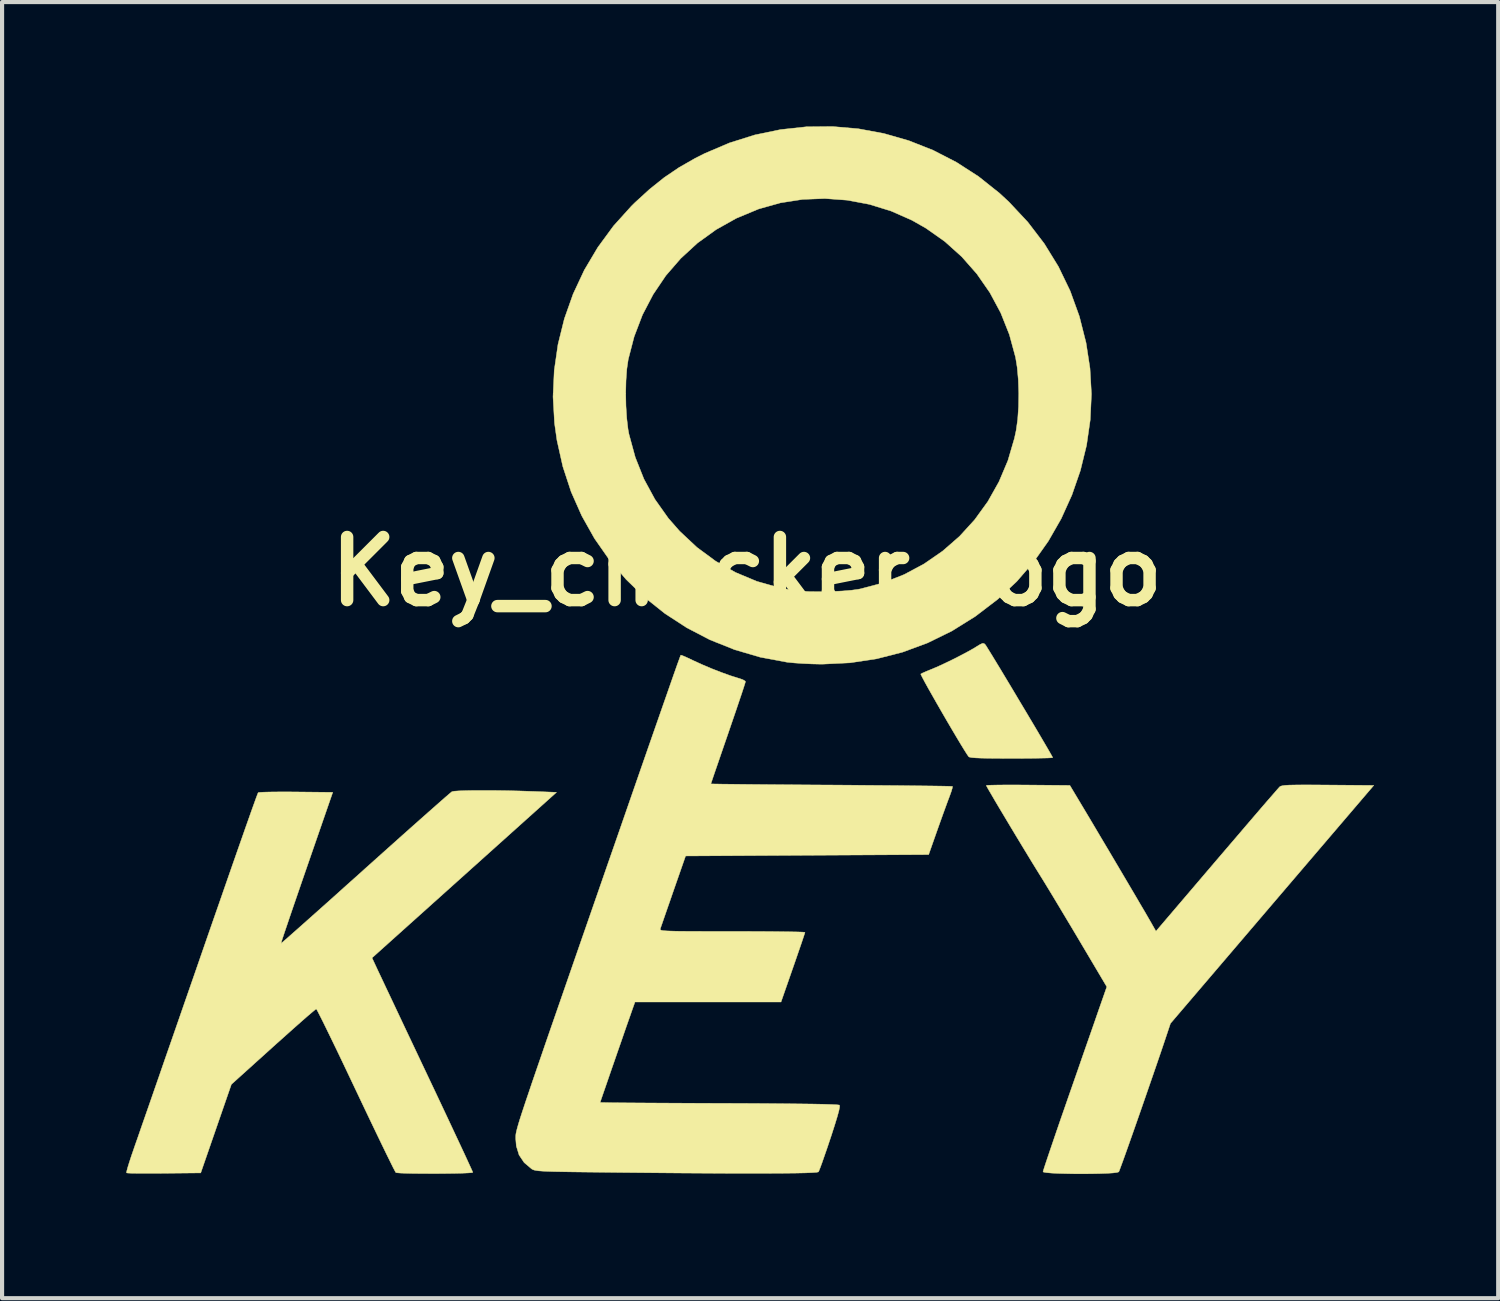
<source format=kicad_pcb>
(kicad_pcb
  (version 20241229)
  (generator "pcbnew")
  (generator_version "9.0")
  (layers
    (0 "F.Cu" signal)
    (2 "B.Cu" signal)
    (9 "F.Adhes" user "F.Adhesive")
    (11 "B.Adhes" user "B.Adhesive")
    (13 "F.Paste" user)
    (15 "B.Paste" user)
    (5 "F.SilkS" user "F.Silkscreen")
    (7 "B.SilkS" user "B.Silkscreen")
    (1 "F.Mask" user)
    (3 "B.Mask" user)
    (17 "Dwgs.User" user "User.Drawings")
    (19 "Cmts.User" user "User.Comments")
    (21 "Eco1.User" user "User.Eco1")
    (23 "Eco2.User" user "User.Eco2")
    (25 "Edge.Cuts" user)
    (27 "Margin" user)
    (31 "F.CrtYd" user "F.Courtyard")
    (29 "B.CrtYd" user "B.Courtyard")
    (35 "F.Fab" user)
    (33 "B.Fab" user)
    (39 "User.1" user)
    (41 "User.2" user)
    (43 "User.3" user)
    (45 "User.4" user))
  (footprint "Key_checker_logo"
    (layer "F.Cu")
    (at 14.984 10.751)
    (property "Reference" "Key_checker_logo" (at 0 0 0) (layer "F.SilkS") (effects (font (size 1.524 1.524) (thickness 0.3))))
    (attr through_hole)
    (fp_poly (pts (xy 5.728 1.738) (xy 5.758 1.765) (xy 5.784 1.804) (xy 5.839 1.893) (xy 5.92 2.024) (xy 6.021 2.19) (xy 6.14 2.386) (xy 6.271 2.604) (xy 6.411 2.837) (xy 6.555 3.079) (xy 6.7 3.321) (xy 6.841 3.558) (xy 6.975 3.783) (xy 7.096 3.989) (xy 7.202 4.169) (xy 7.287 4.315) (xy 7.348 4.422) (xy 7.381 4.482) (xy 7.386 4.492) (xy 7.354 4.497) (xy 7.263 4.502) (xy 7.122 4.505) (xy 6.939 4.509) (xy 6.721 4.511) (xy 6.478 4.512) (xy 6.388 4.512) (xy 6.084 4.511) (xy 5.842 4.509) (xy 5.655 4.505) (xy 5.519 4.499) (xy 5.427 4.491) (xy 5.374 4.48) (xy 5.356 4.47) (xy 5.315 4.41) (xy 5.249 4.306) (xy 5.162 4.164) (xy 5.06 3.994) (xy 4.947 3.803) (xy 4.827 3.599) (xy 4.706 3.39) (xy 4.588 3.185) (xy 4.478 2.991) (xy 4.379 2.817) (xy 4.298 2.67) (xy 4.239 2.559) (xy 4.205 2.491) (xy 4.2 2.474) (xy 4.244 2.45) (xy 4.331 2.412) (xy 4.428 2.372) (xy 4.579 2.309) (xy 4.765 2.224) (xy 4.968 2.126) (xy 5.17 2.023) (xy 5.353 1.926) (xy 5.499 1.843) (xy 5.536 1.819) (xy 5.633 1.76) (xy 5.691 1.734) (xy 5.728 1.738)) (stroke (width 0.01) (type solid)) (fill yes) (layer "F.SilkS"))
    (fp_poly (pts (xy 13.616 5.152) (xy 13.898 5.154) (xy 14.031 5.155) (xy 15.138 5.164) (xy 12.683 8.038) (xy 10.229 10.912) (xy 10.14 11.179) (xy 10.074 11.376) (xy 9.996 11.607) (xy 9.908 11.864) (xy 9.813 12.14) (xy 9.713 12.429) (xy 9.611 12.724) (xy 9.509 13.018) (xy 9.409 13.304) (xy 9.314 13.575) (xy 9.226 13.824) (xy 9.148 14.044) (xy 9.082 14.228) (xy 9.03 14.369) (xy 8.996 14.461) (xy 8.981 14.496) (xy 8.938 14.51) (xy 8.841 14.522) (xy 8.7 14.531) (xy 8.525 14.537) (xy 8.327 14.541) (xy 8.117 14.543) (xy 7.903 14.542) (xy 7.698 14.538) (xy 7.511 14.533) (xy 7.353 14.525) (xy 7.234 14.514) (xy 7.165 14.502) (xy 7.152 14.492) (xy 7.163 14.453) (xy 7.194 14.356) (xy 7.243 14.208) (xy 7.308 14.015) (xy 7.387 13.783) (xy 7.478 13.516) (xy 7.579 13.222) (xy 7.689 12.906) (xy 7.756 12.713) (xy 7.876 12.369) (xy 7.994 12.031) (xy 8.107 11.704) (xy 8.214 11.398) (xy 8.311 11.121) (xy 8.395 10.88) (xy 8.463 10.683) (xy 8.513 10.539) (xy 8.526 10.503) (xy 8.692 10.027) (xy 8.033 8.915) (xy 7.873 8.646) (xy 7.711 8.376) (xy 7.555 8.115) (xy 7.409 7.872) (xy 7.28 7.659) (xy 7.174 7.485) (xy 7.102 7.369) (xy 7.006 7.214) (xy 6.892 7.029) (xy 6.766 6.822) (xy 6.632 6.601) (xy 6.494 6.373) (xy 6.357 6.145) (xy 6.225 5.924) (xy 6.102 5.719) (xy 5.993 5.535) (xy 5.903 5.38) (xy 5.834 5.263) (xy 5.793 5.189) (xy 5.782 5.166) (xy 5.814 5.161) (xy 5.905 5.158) (xy 6.046 5.155) (xy 6.23 5.153) (xy 6.448 5.153) (xy 6.692 5.154) (xy 6.791 5.155) (xy 7.8 5.164) (xy 8.14 5.732) (xy 8.266 5.943) (xy 8.409 6.184) (xy 8.564 6.446) (xy 8.728 6.721) (xy 8.894 7.002) (xy 9.059 7.281) (xy 9.217 7.549) (xy 9.364 7.798) (xy 9.495 8.022) (xy 9.606 8.21) (xy 9.691 8.357) (xy 9.742 8.445) (xy 9.879 8.685) (xy 11.345 6.966) (xy 11.595 6.674) (xy 11.833 6.396) (xy 12.055 6.136) (xy 12.258 5.899) (xy 12.438 5.689) (xy 12.592 5.511) (xy 12.716 5.369) (xy 12.805 5.266) (xy 12.857 5.208) (xy 12.867 5.197) (xy 12.891 5.183) (xy 12.931 5.172) (xy 12.994 5.163) (xy 13.087 5.157) (xy 13.217 5.154) (xy 13.391 5.152) (xy 13.616 5.152)) (stroke (width 0.01) (type solid)) (fill yes) (layer "F.SilkS"))
    (fp_poly (pts (xy 2.693 -10.692) (xy 3.308 -10.578) (xy 3.911 -10.405) (xy 4.496 -10.174) (xy 5.058 -9.885) (xy 5.595 -9.539) (xy 6.1 -9.137) (xy 6.327 -8.927) (xy 6.784 -8.439) (xy 7.183 -7.917) (xy 7.524 -7.363) (xy 7.807 -6.777) (xy 8.029 -6.163) (xy 8.191 -5.523) (xy 8.286 -4.906) (xy 8.321 -4.286) (xy 8.292 -3.664) (xy 8.203 -3.047) (xy 8.054 -2.439) (xy 7.849 -1.847) (xy 7.591 -1.277) (xy 7.281 -0.736) (xy 6.922 -0.228) (xy 6.517 0.24) (xy 6.067 0.662) (xy 6.056 0.671) (xy 5.514 1.085) (xy 4.95 1.436) (xy 4.365 1.723) (xy 3.759 1.947) (xy 3.134 2.107) (xy 2.49 2.204) (xy 1.828 2.236) (xy 1.778 2.236) (xy 1.569 2.231) (xy 1.351 2.221) (xy 1.148 2.207) (xy 0.985 2.191) (xy 0.969 2.189) (xy 0.323 2.068) (xy -0.297 1.886) (xy -0.89 1.649) (xy -1.451 1.357) (xy -1.977 1.015) (xy -2.466 0.626) (xy -2.914 0.192) (xy -3.319 -0.283) (xy -3.678 -0.797) (xy -3.986 -1.345) (xy -4.243 -1.925) (xy -4.443 -2.534) (xy -4.585 -3.168) (xy -4.644 -3.583) (xy -4.68 -4.221) (xy -4.676 -4.307) (xy -2.925 -4.307) (xy -2.919 -3.997) (xy -2.9 -3.701) (xy -2.869 -3.438) (xy -2.847 -3.319) (xy -2.694 -2.758) (xy -2.485 -2.233) (xy -2.219 -1.743) (xy -1.896 -1.287) (xy -1.623 -0.976) (xy -1.206 -0.585) (xy -0.756 -0.253) (xy -0.274 0.021) (xy 0.239 0.236) (xy 0.784 0.391) (xy 1.092 0.451) (xy 1.277 0.472) (xy 1.51 0.484) (xy 1.771 0.487) (xy 2.041 0.482) (xy 2.303 0.47) (xy 2.537 0.45) (xy 2.725 0.422) (xy 2.741 0.419) (xy 3.284 0.275) (xy 3.799 0.072) (xy 4.281 -0.186) (xy 4.728 -0.495) (xy 5.136 -0.851) (xy 5.501 -1.251) (xy 5.82 -1.692) (xy 6.088 -2.169) (xy 6.304 -2.68) (xy 6.462 -3.219) (xy 6.503 -3.409) (xy 6.54 -3.673) (xy 6.561 -3.979) (xy 6.566 -4.305) (xy 6.555 -4.629) (xy 6.528 -4.93) (xy 6.489 -5.17) (xy 6.339 -5.722) (xy 6.131 -6.245) (xy 5.868 -6.735) (xy 5.553 -7.189) (xy 5.189 -7.602) (xy 4.778 -7.971) (xy 4.324 -8.291) (xy 3.984 -8.484) (xy 3.483 -8.705) (xy 2.962 -8.866) (xy 2.427 -8.967) (xy 1.886 -9.007) (xy 1.345 -8.986) (xy 0.812 -8.903) (xy 0.295 -8.758) (xy 0.275 -8.751) (xy -0.253 -8.531) (xy -0.742 -8.257) (xy -1.191 -7.933) (xy -1.596 -7.561) (xy -1.955 -7.147) (xy -2.263 -6.691) (xy -2.52 -6.199) (xy -2.721 -5.673) (xy -2.864 -5.122) (xy -2.898 -4.89) (xy -2.918 -4.611) (xy -2.925 -4.307) (xy -4.676 -4.307) (xy -4.651 -4.857) (xy -4.56 -5.486) (xy -4.407 -6.103) (xy -4.195 -6.702) (xy -3.925 -7.279) (xy -3.599 -7.828) (xy -3.22 -8.345) (xy -2.788 -8.824) (xy -2.703 -8.908) (xy -2.346 -9.234) (xy -1.997 -9.513) (xy -1.637 -9.757) (xy -1.247 -9.98) (xy -1.019 -10.095) (xy -0.421 -10.35) (xy 0.192 -10.543) (xy 0.814 -10.672) (xy 1.441 -10.74) (xy 2.069 -10.746) (xy 2.693 -10.692)) (stroke (width 0.01) (type solid)) (fill yes) (layer "F.SilkS"))
    (fp_poly (pts (xy -6.075 5.287) (xy -5.791 5.291) (xy -5.496 5.298) (xy -5.199 5.308) (xy -5.13 5.31) (xy -4.596 5.331) (xy -9.051 9.329) (xy -8.908 9.636) (xy -8.87 9.716) (xy -8.806 9.851) (xy -8.719 10.036) (xy -8.611 10.264) (xy -8.485 10.531) (xy -8.344 10.83) (xy -8.19 11.156) (xy -8.025 11.504) (xy -7.853 11.868) (xy -7.691 12.21) (xy -7.518 12.575) (xy -7.354 12.923) (xy -7.201 13.248) (xy -7.061 13.547) (xy -6.936 13.813) (xy -6.828 14.044) (xy -6.741 14.233) (xy -6.675 14.377) (xy -6.633 14.47) (xy -6.617 14.507) (xy -6.617 14.508) (xy -6.649 14.516) (xy -6.737 14.522) (xy -6.872 14.528) (xy -7.042 14.532) (xy -7.237 14.535) (xy -7.448 14.537) (xy -7.663 14.537) (xy -7.873 14.536) (xy -8.067 14.534) (xy -8.235 14.53) (xy -8.366 14.525) (xy -8.45 14.518) (xy -8.475 14.513) (xy -8.495 14.479) (xy -8.542 14.39) (xy -8.611 14.25) (xy -8.702 14.066) (xy -8.811 13.841) (xy -8.936 13.582) (xy -9.075 13.292) (xy -9.225 12.978) (xy -9.383 12.645) (xy -9.44 12.525) (xy -9.601 12.186) (xy -9.753 11.866) (xy -9.895 11.569) (xy -10.025 11.301) (xy -10.139 11.067) (xy -10.235 10.871) (xy -10.312 10.719) (xy -10.365 10.615) (xy -10.394 10.565) (xy -10.398 10.561) (xy -10.428 10.583) (xy -10.502 10.645) (xy -10.616 10.742) (xy -10.762 10.87) (xy -10.936 11.024) (xy -11.133 11.2) (xy -11.348 11.392) (xy -11.437 11.472) (xy -12.447 12.383) (xy -12.817 13.452) (xy -13.187 14.521) (xy -14.074 14.53) (xy -14.31 14.532) (xy -14.525 14.532) (xy -14.708 14.531) (xy -14.851 14.529) (xy -14.944 14.525) (xy -14.979 14.52) (xy -14.975 14.484) (xy -14.952 14.396) (xy -14.912 14.266) (xy -14.86 14.106) (xy -14.815 13.977) (xy -14.774 13.857) (xy -14.712 13.681) (xy -14.634 13.455) (xy -14.54 13.185) (xy -14.433 12.879) (xy -14.316 12.541) (xy -14.19 12.179) (xy -14.059 11.799) (xy -13.923 11.409) (xy -13.82 11.113) (xy -13.564 10.375) (xy -13.329 9.699) (xy -13.115 9.081) (xy -12.92 8.519) (xy -12.743 8.012) (xy -12.585 7.557) (xy -12.444 7.152) (xy -12.319 6.794) (xy -12.209 6.481) (xy -12.115 6.212) (xy -12.034 5.983) (xy -11.967 5.793) (xy -11.912 5.64) (xy -11.869 5.52) (xy -11.837 5.433) (xy -11.815 5.375) (xy -11.802 5.344) (xy -11.799 5.338) (xy -11.761 5.332) (xy -11.665 5.327) (xy -11.52 5.323) (xy -11.335 5.321) (xy -11.119 5.32) (xy -10.888 5.322) (xy -9.999 5.331) (xy -10.629 7.151) (xy -10.744 7.484) (xy -10.852 7.798) (xy -10.951 8.086) (xy -11.039 8.344) (xy -11.114 8.566) (xy -11.175 8.746) (xy -11.219 8.879) (xy -11.244 8.959) (xy -11.25 8.981) (xy -11.224 8.96) (xy -11.153 8.899) (xy -11.039 8.799) (xy -10.886 8.664) (xy -10.699 8.498) (xy -10.48 8.303) (xy -10.234 8.084) (xy -9.964 7.843) (xy -9.675 7.583) (xy -9.368 7.309) (xy -9.213 7.169) (xy -8.898 6.887) (xy -8.597 6.618) (xy -8.313 6.364) (xy -8.05 6.13) (xy -7.812 5.919) (xy -7.603 5.734) (xy -7.426 5.578) (xy -7.286 5.455) (xy -7.186 5.369) (xy -7.13 5.322) (xy -7.12 5.315) (xy -7.066 5.304) (xy -6.953 5.296) (xy -6.789 5.29) (xy -6.583 5.286) (xy -6.342 5.286) (xy -6.075 5.287)) (stroke (width 0.01) (type solid)) (fill yes) (layer "F.SilkS"))
    (fp_poly (pts (xy -1.562 2.027) (xy -1.483 2.06) (xy -1.371 2.112) (xy -1.285 2.153) (xy -1.082 2.246) (xy -0.853 2.343) (xy -0.619 2.434) (xy -0.401 2.513) (xy -0.217 2.571) (xy -0.188 2.579) (xy -0.097 2.611) (xy -0.042 2.644) (xy -0.033 2.658) (xy -0.044 2.697) (xy -0.074 2.792) (xy -0.121 2.936) (xy -0.184 3.122) (xy -0.258 3.342) (xy -0.343 3.59) (xy -0.435 3.859) (xy -0.451 3.906) (xy -0.544 4.176) (xy -0.63 4.426) (xy -0.706 4.648) (xy -0.771 4.836) (xy -0.821 4.983) (xy -0.854 5.082) (xy -0.869 5.125) (xy -0.869 5.127) (xy -0.836 5.129) (xy -0.742 5.13) (xy -0.59 5.133) (xy -0.385 5.135) (xy -0.133 5.138) (xy 0.162 5.141) (xy 0.495 5.144) (xy 0.861 5.147) (xy 1.256 5.15) (xy 1.674 5.153) (xy 2.041 5.155) (xy 2.476 5.158) (xy 2.892 5.162) (xy 3.284 5.165) (xy 3.646 5.168) (xy 3.975 5.172) (xy 4.265 5.175) (xy 4.511 5.178) (xy 4.709 5.181) (xy 4.854 5.184) (xy 4.941 5.187) (xy 4.966 5.189) (xy 4.962 5.225) (xy 4.938 5.306) (xy 4.899 5.416) (xy 4.892 5.434) (xy 4.851 5.543) (xy 4.794 5.699) (xy 4.726 5.886) (xy 4.653 6.09) (xy 4.596 6.25) (xy 4.39 6.835) (xy 1.455 6.851) (xy -1.479 6.868) (xy -1.776 7.72) (xy -1.855 7.949) (xy -1.928 8.158) (xy -1.991 8.34) (xy -2.041 8.485) (xy -2.076 8.585) (xy -2.091 8.631) (xy -2.092 8.644) (xy -2.083 8.655) (xy -2.059 8.664) (xy -2.014 8.671) (xy -1.943 8.677) (xy -1.841 8.681) (xy -1.703 8.685) (xy -1.523 8.687) (xy -1.296 8.688) (xy -1.017 8.689) (xy -0.681 8.689) (xy -0.353 8.689) (xy -0.018 8.69) (xy 0.297 8.691) (xy 0.585 8.693) (xy 0.839 8.696) (xy 1.053 8.699) (xy 1.222 8.702) (xy 1.339 8.706) (xy 1.398 8.711) (xy 1.404 8.712) (xy 1.393 8.749) (xy 1.363 8.84) (xy 1.317 8.977) (xy 1.257 9.151) (xy 1.187 9.355) (xy 1.114 9.565) (xy 0.825 10.394) (xy -2.701 10.394) (xy -2.74 10.503) (xy -2.771 10.591) (xy -2.818 10.726) (xy -2.879 10.898) (xy -2.949 11.099) (xy -3.025 11.32) (xy -3.106 11.552) (xy -3.188 11.789) (xy -3.268 12.019) (xy -3.343 12.237) (xy -3.41 12.432) (xy -3.467 12.596) (xy -3.51 12.721) (xy -3.536 12.798) (xy -3.543 12.819) (xy -3.51 12.821) (xy -3.415 12.823) (xy -3.264 12.826) (xy -3.059 12.828) (xy -2.808 12.83) (xy -2.513 12.832) (xy -2.181 12.834) (xy -1.816 12.836) (xy -1.422 12.838) (xy -1.005 12.84) (xy -0.67 12.841) (xy -0.086 12.843) (xy 0.431 12.846) (xy 0.882 12.85) (xy 1.268 12.854) (xy 1.589 12.858) (xy 1.845 12.863) (xy 2.036 12.869) (xy 2.164 12.875) (xy 2.229 12.882) (xy 2.237 12.885) (xy 2.241 12.924) (xy 2.224 13.013) (xy 2.185 13.157) (xy 2.124 13.357) (xy 2.041 13.616) (xy 2.017 13.687) (xy 1.945 13.903) (xy 1.877 14.099) (xy 1.819 14.266) (xy 1.772 14.394) (xy 1.74 14.474) (xy 1.729 14.496) (xy 1.688 14.506) (xy 1.58 14.514) (xy 1.407 14.521) (xy 1.168 14.526) (xy 0.865 14.529) (xy 0.499 14.531) (xy 0.069 14.532) (xy -0.423 14.531) (xy -0.978 14.528) (xy -1.593 14.524) (xy -2.27 14.518) (xy -3.007 14.511) (xy -3.544 14.505) (xy -3.909 14.501) (xy -4.212 14.497) (xy -4.461 14.493) (xy -4.661 14.489) (xy -4.818 14.484) (xy -4.938 14.478) (xy -5.028 14.471) (xy -5.092 14.462) (xy -5.138 14.452) (xy -5.171 14.439) (xy -5.196 14.425) (xy -5.377 14.272) (xy -5.5 14.089) (xy -5.567 13.871) (xy -5.581 13.697) (xy -5.581 13.672) (xy -5.581 13.648) (xy -5.58 13.623) (xy -5.578 13.595) (xy -5.573 13.561) (xy -5.564 13.519) (xy -5.551 13.467) (xy -5.533 13.4) (xy -5.509 13.318) (xy -5.478 13.217) (xy -5.439 13.095) (xy -5.391 12.95) (xy -5.334 12.778) (xy -5.266 12.578) (xy -5.188 12.346) (xy -5.097 12.081) (xy -4.993 11.779) (xy -4.876 11.438) (xy -4.744 11.056) (xy -4.596 10.63) (xy -4.432 10.157) (xy -4.251 9.635) (xy -4.052 9.061) (xy -3.834 8.434) (xy -3.596 7.749) (xy -3.338 7.005) (xy -3.197 6.601) (xy -2.972 5.953) (xy -2.768 5.365) (xy -2.584 4.835) (xy -2.419 4.361) (xy -2.272 3.939) (xy -2.142 3.567) (xy -2.029 3.243) (xy -1.931 2.963) (xy -1.848 2.725) (xy -1.779 2.527) (xy -1.722 2.366) (xy -1.677 2.238) (xy -1.642 2.143) (xy -1.618 2.076) (xy -1.602 2.035) (xy -1.595 2.019) (xy -1.595 2.018) (xy -1.562 2.027)) (stroke (width 0.01) (type solid)) (fill yes) (layer "F.SilkS")))
  (gr_rect
    (start -3 -3)
    (end 33.127 28.298)
    (stroke (width 0.1) (type default))
    (fill no)
    (layer "Edge.Cuts")))
</source>
